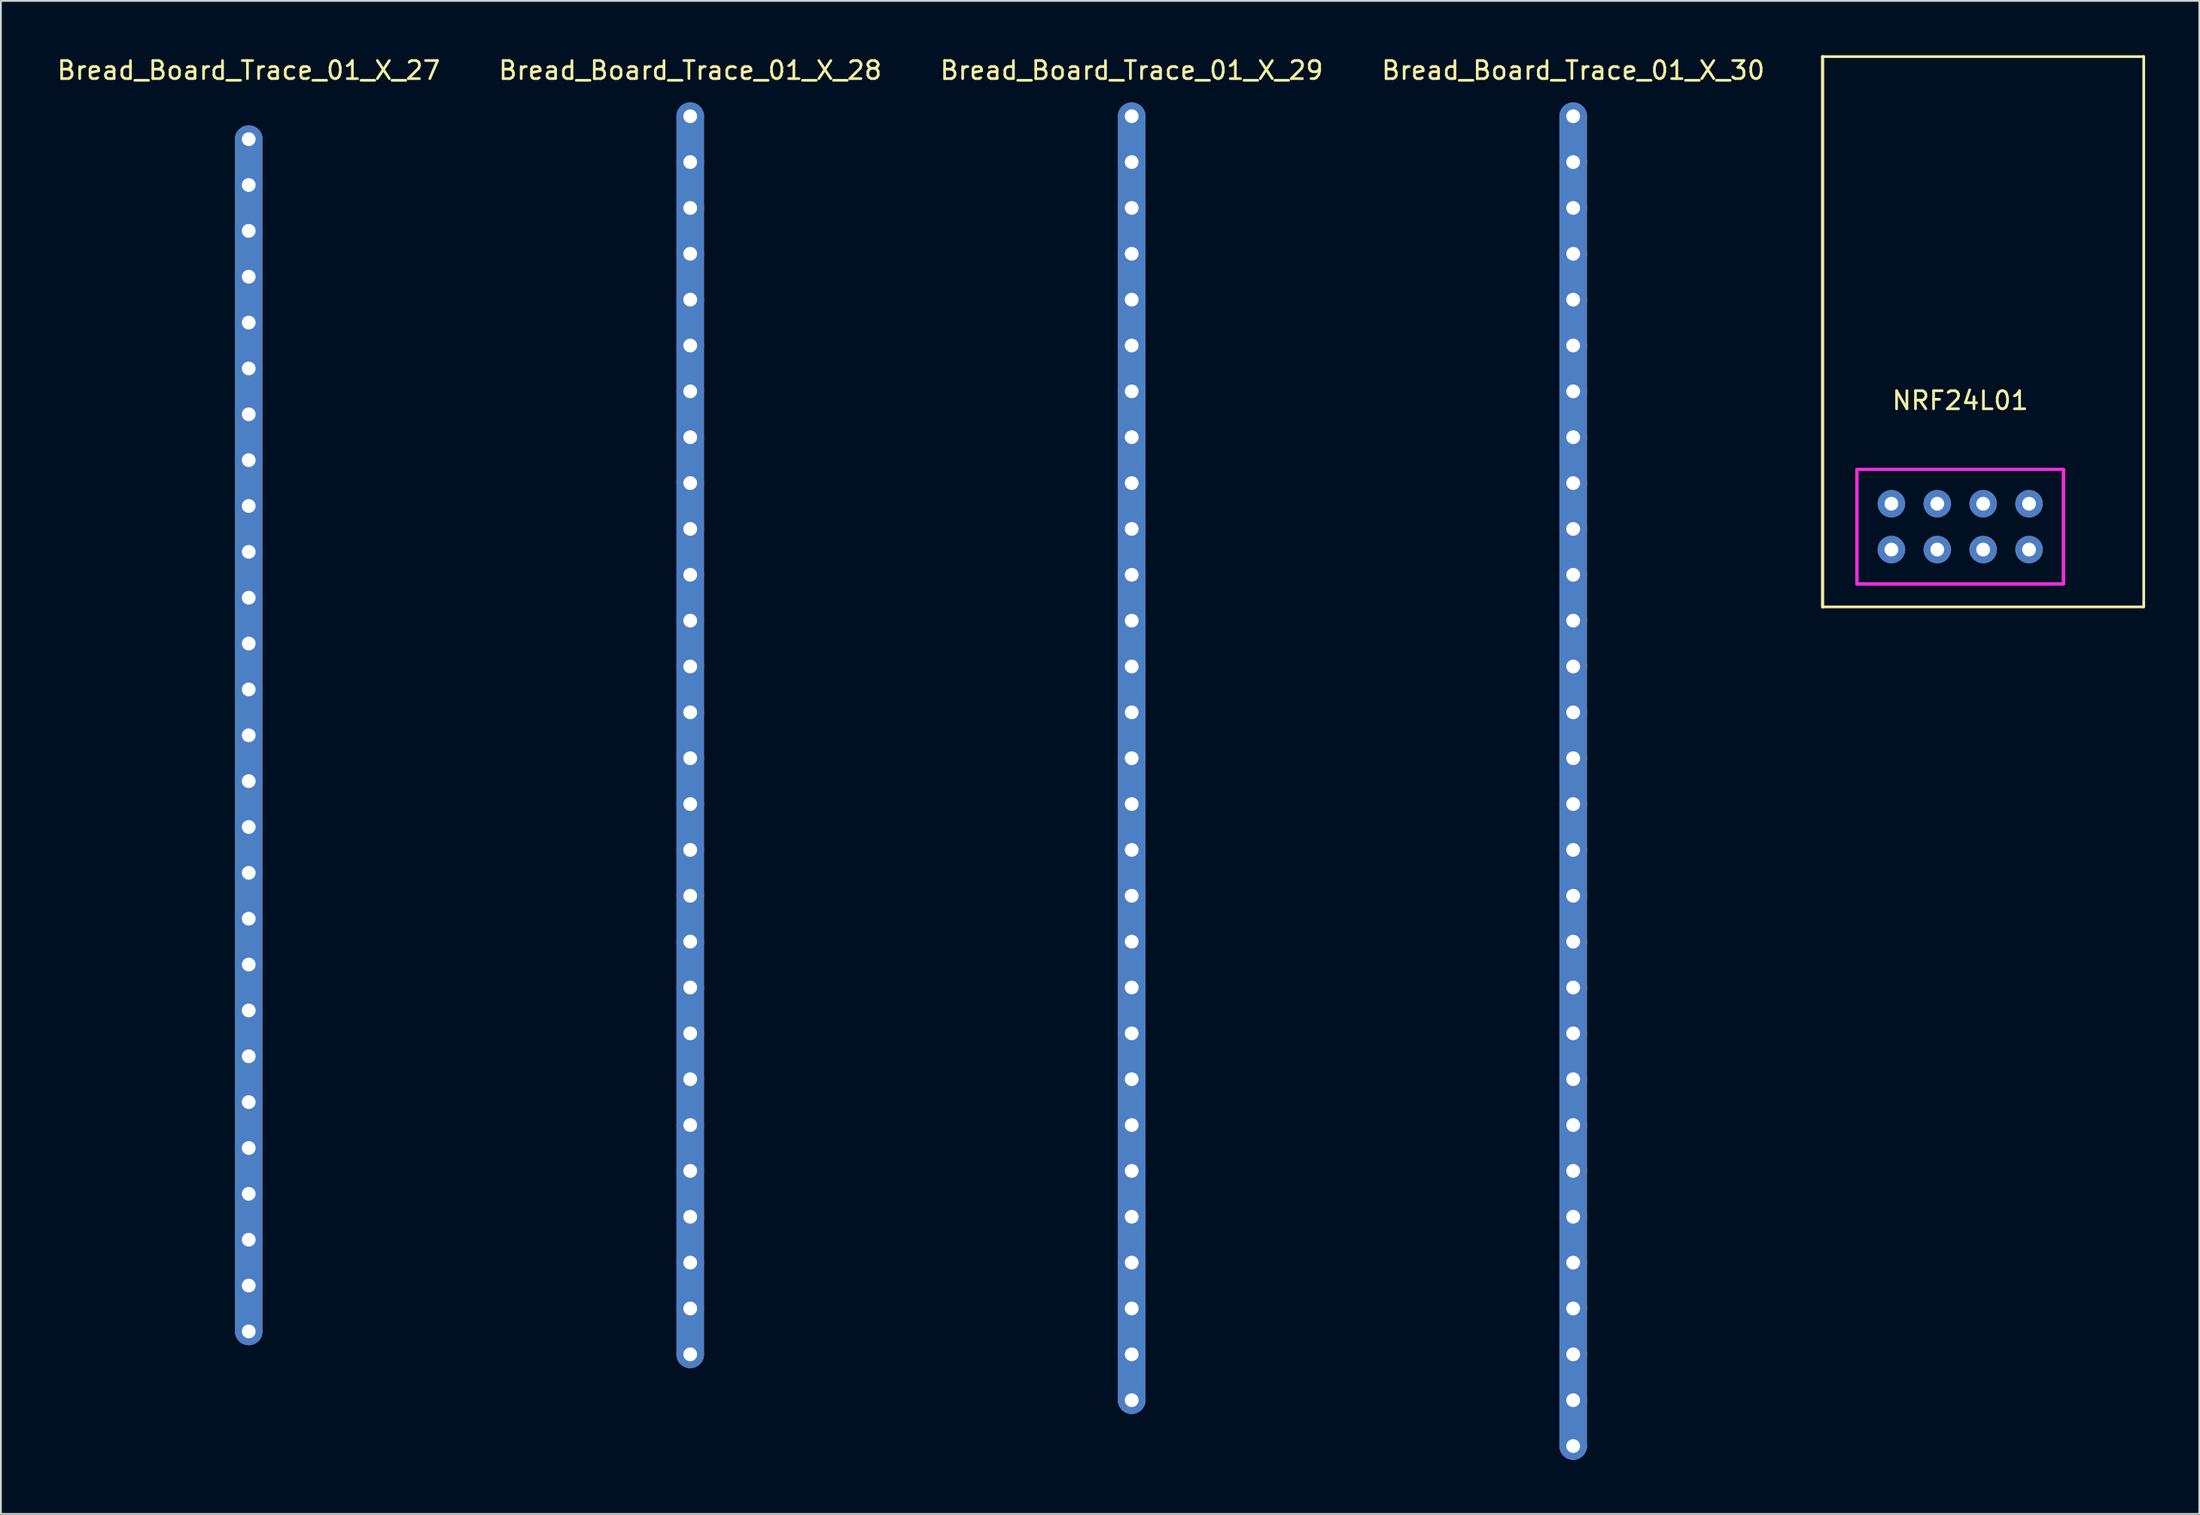
<source format=kicad_pcb>
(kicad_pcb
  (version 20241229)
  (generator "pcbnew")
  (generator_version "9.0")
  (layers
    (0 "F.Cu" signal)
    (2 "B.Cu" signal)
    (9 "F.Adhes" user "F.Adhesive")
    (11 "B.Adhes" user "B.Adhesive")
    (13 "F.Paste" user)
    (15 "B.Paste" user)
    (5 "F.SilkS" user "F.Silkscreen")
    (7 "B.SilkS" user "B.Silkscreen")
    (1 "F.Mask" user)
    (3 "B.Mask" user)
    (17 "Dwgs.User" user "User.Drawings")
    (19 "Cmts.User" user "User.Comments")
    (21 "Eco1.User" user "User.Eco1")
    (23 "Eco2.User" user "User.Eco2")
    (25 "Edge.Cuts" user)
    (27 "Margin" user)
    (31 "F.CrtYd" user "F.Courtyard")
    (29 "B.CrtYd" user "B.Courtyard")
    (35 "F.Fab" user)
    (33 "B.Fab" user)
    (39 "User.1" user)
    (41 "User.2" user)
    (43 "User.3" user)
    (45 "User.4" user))
  (footprint "Bread_Board_Trace_01_X_28"
    (layer "F.Cu")
    (at 35.161 71.968)
    (property "Reference" "Bread_Board_Trace_01_X_28" (at 0 -71.12 0) (layer "F.SilkS") (effects (font (size 1 1) (thickness 0.15))))
    (attr through_hole)
    (fp_line (start 0 -68.58) (end 0 0) (stroke (width 1.524) (type solid)) (layer "F.Cu"))
    (fp_line (start 0 -68.58) (end 0 0) (stroke (width 1.524) (type solid)) (layer "B.Cu"))
    (pad "1" thru_hole circle (at 0 -68.58) (size 1.524 1.524) (drill 0.762) (layers "*.Cu" "*.Mask"))
    (pad "2" thru_hole circle (at 0 -66.04) (size 1.524 1.524) (drill 0.762) (layers "*.Cu" "*.Mask"))
    (pad "3" thru_hole circle (at 0 -63.5) (size 1.524 1.524) (drill 0.762) (layers "*.Cu" "*.Mask"))
    (pad "4" thru_hole circle (at 0 -60.96) (size 1.524 1.524) (drill 0.762) (layers "*.Cu" "*.Mask"))
    (pad "5" thru_hole circle (at 0 -58.42) (size 1.524 1.524) (drill 0.762) (layers "*.Cu" "*.Mask"))
    (pad "6" thru_hole circle (at 0 -55.88) (size 1.524 1.524) (drill 0.762) (layers "*.Cu" "*.Mask"))
    (pad "7" thru_hole circle (at 0 -53.34) (size 1.524 1.524) (drill 0.762) (layers "*.Cu" "*.Mask"))
    (pad "8" thru_hole circle (at 0 -50.8) (size 1.524 1.524) (drill 0.762) (layers "*.Cu" "*.Mask"))
    (pad "9" thru_hole circle (at 0 -48.26) (size 1.524 1.524) (drill 0.762) (layers "*.Cu" "*.Mask"))
    (pad "10" thru_hole circle (at 0 -45.72) (size 1.524 1.524) (drill 0.762) (layers "*.Cu" "*.Mask"))
    (pad "11" thru_hole circle (at 0 -43.18) (size 1.524 1.524) (drill 0.762) (layers "*.Cu" "*.Mask"))
    (pad "12" thru_hole circle (at 0 -40.64) (size 1.524 1.524) (drill 0.762) (layers "*.Cu" "*.Mask"))
    (pad "13" thru_hole circle (at 0 -38.1) (size 1.524 1.524) (drill 0.762) (layers "*.Cu" "*.Mask"))
    (pad "14" thru_hole circle (at 0 -35.56) (size 1.524 1.524) (drill 0.762) (layers "*.Cu" "*.Mask"))
    (pad "15" thru_hole circle (at 0 -33.02) (size 1.524 1.524) (drill 0.762) (layers "*.Cu" "*.Mask"))
    (pad "16" thru_hole circle (at 0 -30.48) (size 1.524 1.524) (drill 0.762) (layers "*.Cu" "*.Mask"))
    (pad "17" thru_hole circle (at 0 -27.94) (size 1.524 1.524) (drill 0.762) (layers "*.Cu" "*.Mask"))
    (pad "18" thru_hole circle (at 0 -25.4) (size 1.524 1.524) (drill 0.762) (layers "*.Cu" "*.Mask"))
    (pad "19" thru_hole circle (at 0 -22.86) (size 1.524 1.524) (drill 0.762) (layers "*.Cu" "*.Mask"))
    (pad "20" thru_hole circle (at 0 -20.32) (size 1.524 1.524) (drill 0.762) (layers "*.Cu" "*.Mask"))
    (pad "21" thru_hole circle (at 0 -17.78) (size 1.524 1.524) (drill 0.762) (layers "*.Cu" "*.Mask"))
    (pad "22" thru_hole circle (at 0 -15.24) (size 1.524 1.524) (drill 0.762) (layers "*.Cu" "*.Mask"))
    (pad "23" thru_hole circle (at 0 -12.7) (size 1.524 1.524) (drill 0.762) (layers "*.Cu" "*.Mask"))
    (pad "24" thru_hole circle (at 0 -10.16) (size 1.524 1.524) (drill 0.762) (layers "*.Cu" "*.Mask"))
    (pad "25" thru_hole circle (at 0 -7.62) (size 1.524 1.524) (drill 0.762) (layers "*.Cu" "*.Mask"))
    (pad "26" thru_hole circle (at 0 -5.08) (size 1.524 1.524) (drill 0.762) (layers "*.Cu" "*.Mask"))
    (pad "27" thru_hole circle (at 0 -2.54) (size 1.524 1.524) (drill 0.762) (layers "*.Cu" "*.Mask"))
    (pad "28" thru_hole circle (at 0 0) (size 1.524 1.524) (drill 0.762) (layers "*.Cu" "*.Mask")))
  (footprint "Bread_Board_Trace_01_X_30"
    (layer "F.Cu")
    (at 84.042 77.048)
    (property "Reference" "Bread_Board_Trace_01_X_30" (at 0 -76.2 0) (layer "F.SilkS") (effects (font (size 1 1) (thickness 0.15))))
    (attr through_hole)
    (fp_line (start 0 -73.66) (end 0 0) (stroke (width 1.524) (type solid)) (layer "F.Cu"))
    (fp_line (start 0 -73.66) (end 0 0) (stroke (width 1.524) (type solid)) (layer "B.Cu"))
    (pad "1" thru_hole circle (at 0 -73.66) (size 1.524 1.524) (drill 0.762) (layers "*.Cu" "*.Mask"))
    (pad "2" thru_hole circle (at 0 -71.12) (size 1.524 1.524) (drill 0.762) (layers "*.Cu" "*.Mask"))
    (pad "3" thru_hole circle (at 0 -68.58) (size 1.524 1.524) (drill 0.762) (layers "*.Cu" "*.Mask"))
    (pad "4" thru_hole circle (at 0 -66.04) (size 1.524 1.524) (drill 0.762) (layers "*.Cu" "*.Mask"))
    (pad "5" thru_hole circle (at 0 -63.5) (size 1.524 1.524) (drill 0.762) (layers "*.Cu" "*.Mask"))
    (pad "6" thru_hole circle (at 0 -60.96) (size 1.524 1.524) (drill 0.762) (layers "*.Cu" "*.Mask"))
    (pad "7" thru_hole circle (at 0 -58.42) (size 1.524 1.524) (drill 0.762) (layers "*.Cu" "*.Mask"))
    (pad "8" thru_hole circle (at 0 -55.88) (size 1.524 1.524) (drill 0.762) (layers "*.Cu" "*.Mask"))
    (pad "9" thru_hole circle (at 0 -53.34) (size 1.524 1.524) (drill 0.762) (layers "*.Cu" "*.Mask"))
    (pad "10" thru_hole circle (at 0 -50.8) (size 1.524 1.524) (drill 0.762) (layers "*.Cu" "*.Mask"))
    (pad "11" thru_hole circle (at 0 -48.26) (size 1.524 1.524) (drill 0.762) (layers "*.Cu" "*.Mask"))
    (pad "12" thru_hole circle (at 0 -45.72) (size 1.524 1.524) (drill 0.762) (layers "*.Cu" "*.Mask"))
    (pad "13" thru_hole circle (at 0 -43.18) (size 1.524 1.524) (drill 0.762) (layers "*.Cu" "*.Mask"))
    (pad "14" thru_hole circle (at 0 -40.64) (size 1.524 1.524) (drill 0.762) (layers "*.Cu" "*.Mask"))
    (pad "15" thru_hole circle (at 0 -38.1) (size 1.524 1.524) (drill 0.762) (layers "*.Cu" "*.Mask"))
    (pad "16" thru_hole circle (at 0 -35.56) (size 1.524 1.524) (drill 0.762) (layers "*.Cu" "*.Mask"))
    (pad "17" thru_hole circle (at 0 -33.02) (size 1.524 1.524) (drill 0.762) (layers "*.Cu" "*.Mask"))
    (pad "18" thru_hole circle (at 0 -30.48) (size 1.524 1.524) (drill 0.762) (layers "*.Cu" "*.Mask"))
    (pad "19" thru_hole circle (at 0 -27.94) (size 1.524 1.524) (drill 0.762) (layers "*.Cu" "*.Mask"))
    (pad "20" thru_hole circle (at 0 -25.4) (size 1.524 1.524) (drill 0.762) (layers "*.Cu" "*.Mask"))
    (pad "21" thru_hole circle (at 0 -22.86) (size 1.524 1.524) (drill 0.762) (layers "*.Cu" "*.Mask"))
    (pad "22" thru_hole circle (at 0 -20.32) (size 1.524 1.524) (drill 0.762) (layers "*.Cu" "*.Mask"))
    (pad "23" thru_hole circle (at 0 -17.78) (size 1.524 1.524) (drill 0.762) (layers "*.Cu" "*.Mask"))
    (pad "24" thru_hole circle (at 0 -15.24) (size 1.524 1.524) (drill 0.762) (layers "*.Cu" "*.Mask"))
    (pad "25" thru_hole circle (at 0 -12.7) (size 1.524 1.524) (drill 0.762) (layers "*.Cu" "*.Mask"))
    (pad "26" thru_hole circle (at 0 -10.16) (size 1.524 1.524) (drill 0.762) (layers "*.Cu" "*.Mask"))
    (pad "27" thru_hole circle (at 0 -7.62) (size 1.524 1.524) (drill 0.762) (layers "*.Cu" "*.Mask"))
    (pad "28" thru_hole circle (at 0 -5.08) (size 1.524 1.524) (drill 0.762) (layers "*.Cu" "*.Mask"))
    (pad "29" thru_hole circle (at 0 -2.54) (size 1.524 1.524) (drill 0.762) (layers "*.Cu" "*.Mask"))
    (pad "30" thru_hole circle (at 0 0) (size 1.524 1.524) (drill 0.762) (layers "*.Cu" "*.Mask")))
  (footprint "Bread_Board_Trace_01_X_29"
    (layer "F.Cu")
    (at 59.601 36.408)
    (property "Reference" "Bread_Board_Trace_01_X_29" (at 0 -35.56 0) (layer "F.SilkS") (effects (font (size 1 1) (thickness 0.15))))
    (attr through_hole)
    (fp_line (start 0 -33.02) (end 0 38.1) (stroke (width 1.524) (type solid)) (layer "F.Cu"))
    (fp_line (start 0 -33.02) (end 0 38.1) (stroke (width 1.524) (type solid)) (layer "B.Cu"))
    (pad "1" thru_hole circle (at 0 -33.02) (size 1.524 1.524) (drill 0.762) (layers "*.Cu" "*.Mask"))
    (pad "2" thru_hole circle (at 0 -30.48) (size 1.524 1.524) (drill 0.762) (layers "*.Cu" "*.Mask"))
    (pad "3" thru_hole circle (at 0 -27.94) (size 1.524 1.524) (drill 0.762) (layers "*.Cu" "*.Mask"))
    (pad "4" thru_hole circle (at 0 -25.4) (size 1.524 1.524) (drill 0.762) (layers "*.Cu" "*.Mask"))
    (pad "5" thru_hole circle (at 0 -22.86) (size 1.524 1.524) (drill 0.762) (layers "*.Cu" "*.Mask"))
    (pad "6" thru_hole circle (at 0 -20.32) (size 1.524 1.524) (drill 0.762) (layers "*.Cu" "*.Mask"))
    (pad "7" thru_hole circle (at 0 -17.78) (size 1.524 1.524) (drill 0.762) (layers "*.Cu" "*.Mask"))
    (pad "8" thru_hole circle (at 0 -15.24) (size 1.524 1.524) (drill 0.762) (layers "*.Cu" "*.Mask"))
    (pad "9" thru_hole circle (at 0 -12.7) (size 1.524 1.524) (drill 0.762) (layers "*.Cu" "*.Mask"))
    (pad "10" thru_hole circle (at 0 -10.16) (size 1.524 1.524) (drill 0.762) (layers "*.Cu" "*.Mask"))
    (pad "11" thru_hole circle (at 0 -7.62) (size 1.524 1.524) (drill 0.762) (layers "*.Cu" "*.Mask"))
    (pad "12" thru_hole circle (at 0 -5.08) (size 1.524 1.524) (drill 0.762) (layers "*.Cu" "*.Mask"))
    (pad "13" thru_hole circle (at 0 -2.54) (size 1.524 1.524) (drill 0.762) (layers "*.Cu" "*.Mask"))
    (pad "14" thru_hole circle (at 0 0) (size 1.524 1.524) (drill 0.762) (layers "*.Cu" "*.Mask"))
    (pad "15" thru_hole circle (at 0 2.54) (size 1.524 1.524) (drill 0.762) (layers "*.Cu" "*.Mask"))
    (pad "16" thru_hole circle (at 0 5.08) (size 1.524 1.524) (drill 0.762) (layers "*.Cu" "*.Mask"))
    (pad "17" thru_hole circle (at 0 7.62) (size 1.524 1.524) (drill 0.762) (layers "*.Cu" "*.Mask"))
    (pad "18" thru_hole circle (at 0 10.16) (size 1.524 1.524) (drill 0.762) (layers "*.Cu" "*.Mask"))
    (pad "19" thru_hole circle (at 0 12.7) (size 1.524 1.524) (drill 0.762) (layers "*.Cu" "*.Mask"))
    (pad "20" thru_hole circle (at 0 15.24) (size 1.524 1.524) (drill 0.762) (layers "*.Cu" "*.Mask"))
    (pad "21" thru_hole circle (at 0 17.78) (size 1.524 1.524) (drill 0.762) (layers "*.Cu" "*.Mask"))
    (pad "22" thru_hole circle (at 0 20.32) (size 1.524 1.524) (drill 0.762) (layers "*.Cu" "*.Mask"))
    (pad "23" thru_hole circle (at 0 22.86) (size 1.524 1.524) (drill 0.762) (layers "*.Cu" "*.Mask"))
    (pad "24" thru_hole circle (at 0 25.4) (size 1.524 1.524) (drill 0.762) (layers "*.Cu" "*.Mask"))
    (pad "25" thru_hole circle (at 0 27.94) (size 1.524 1.524) (drill 0.762) (layers "*.Cu" "*.Mask"))
    (pad "26" thru_hole circle (at 0 30.48) (size 1.524 1.524) (drill 0.762) (layers "*.Cu" "*.Mask"))
    (pad "27" thru_hole circle (at 0 33.02) (size 1.524 1.524) (drill 0.762) (layers "*.Cu" "*.Mask"))
    (pad "28" thru_hole circle (at 0 35.56) (size 1.524 1.524) (drill 0.762) (layers "*.Cu" "*.Mask"))
    (pad "29" thru_hole circle (at 0 38.1) (size 1.524 1.524) (drill 0.762) (layers "*.Cu" "*.Mask")))
  (footprint "Bread_Board_Trace_01_X_27"
    (layer "F.Cu")
    (at 10.72 70.698)
    (property "Reference" "Bread_Board_Trace_01_X_27" (at 0 -69.85 0) (layer "F.SilkS") (effects (font (size 1 1) (thickness 0.15))))
    (attr through_hole)
    (fp_line (start 0 -66.04) (end 0 0) (stroke (width 1.524) (type solid)) (layer "F.Cu"))
    (fp_line (start 0 -66.04) (end 0 0) (stroke (width 1.524) (type solid)) (layer "B.Cu"))
    (pad "1" thru_hole circle (at 0 -66.04) (size 1.524 1.524) (drill 0.762) (layers "*.Cu" "*.Mask"))
    (pad "2" thru_hole circle (at 0 -63.5) (size 1.524 1.524) (drill 0.762) (layers "*.Cu" "*.Mask"))
    (pad "3" thru_hole circle (at 0 -60.96) (size 1.524 1.524) (drill 0.762) (layers "*.Cu" "*.Mask"))
    (pad "4" thru_hole circle (at 0 -58.42) (size 1.524 1.524) (drill 0.762) (layers "*.Cu" "*.Mask"))
    (pad "5" thru_hole circle (at 0 -55.88) (size 1.524 1.524) (drill 0.762) (layers "*.Cu" "*.Mask"))
    (pad "6" thru_hole circle (at 0 -53.34) (size 1.524 1.524) (drill 0.762) (layers "*.Cu" "*.Mask"))
    (pad "7" thru_hole circle (at 0 -50.8) (size 1.524 1.524) (drill 0.762) (layers "*.Cu" "*.Mask"))
    (pad "8" thru_hole circle (at 0 -48.26) (size 1.524 1.524) (drill 0.762) (layers "*.Cu" "*.Mask"))
    (pad "9" thru_hole circle (at 0 -45.72) (size 1.524 1.524) (drill 0.762) (layers "*.Cu" "*.Mask"))
    (pad "10" thru_hole circle (at 0 -43.18) (size 1.524 1.524) (drill 0.762) (layers "*.Cu" "*.Mask"))
    (pad "11" thru_hole circle (at 0 -40.64) (size 1.524 1.524) (drill 0.762) (layers "*.Cu" "*.Mask"))
    (pad "12" thru_hole circle (at 0 -38.1) (size 1.524 1.524) (drill 0.762) (layers "*.Cu" "*.Mask"))
    (pad "13" thru_hole circle (at 0 -35.56) (size 1.524 1.524) (drill 0.762) (layers "*.Cu" "*.Mask"))
    (pad "14" thru_hole circle (at 0 -33.02) (size 1.524 1.524) (drill 0.762) (layers "*.Cu" "*.Mask"))
    (pad "15" thru_hole circle (at 0 -30.48) (size 1.524 1.524) (drill 0.762) (layers "*.Cu" "*.Mask"))
    (pad "16" thru_hole circle (at 0 -27.94) (size 1.524 1.524) (drill 0.762) (layers "*.Cu" "*.Mask"))
    (pad "17" thru_hole circle (at 0 -25.4) (size 1.524 1.524) (drill 0.762) (layers "*.Cu" "*.Mask"))
    (pad "18" thru_hole circle (at 0 -22.86) (size 1.524 1.524) (drill 0.762) (layers "*.Cu" "*.Mask"))
    (pad "19" thru_hole circle (at 0 -20.32) (size 1.524 1.524) (drill 0.762) (layers "*.Cu" "*.Mask"))
    (pad "20" thru_hole circle (at 0 -17.78) (size 1.524 1.524) (drill 0.762) (layers "*.Cu" "*.Mask"))
    (pad "21" thru_hole circle (at 0 -15.24) (size 1.524 1.524) (drill 0.762) (layers "*.Cu" "*.Mask"))
    (pad "22" thru_hole circle (at 0 -12.7) (size 1.524 1.524) (drill 0.762) (layers "*.Cu" "*.Mask"))
    (pad "23" thru_hole circle (at 0 -10.16) (size 1.524 1.524) (drill 0.762) (layers "*.Cu" "*.Mask"))
    (pad "24" thru_hole circle (at 0 -7.62) (size 1.524 1.524) (drill 0.762) (layers "*.Cu" "*.Mask"))
    (pad "25" thru_hole circle (at 0 -5.08) (size 1.524 1.524) (drill 0.762) (layers "*.Cu" "*.Mask"))
    (pad "26" thru_hole circle (at 0 -2.54) (size 1.524 1.524) (drill 0.762) (layers "*.Cu" "*.Mask"))
    (pad "27" thru_hole circle (at 0 0) (size 1.524 1.524) (drill 0.762) (layers "*.Cu" "*.Mask")))
  (footprint "NRF24L01"
    (layer "F.Cu")
    (at 105.469 26.122)
    (property "Reference" "NRF24L01" (at 0 -6.985 0) (layer "F.SilkS") (effects (font (size 1 1) (thickness 0.15))))
    (attr through_hole)
    (fp_line (start -7.62 -26.035) (end -7.62 4.445) (stroke (width 0.175) (type solid)) (layer "F.SilkS"))
    (fp_line (start -7.62 -26.035) (end 10.16 -26.035) (stroke (width 0.15) (type solid)) (layer "F.SilkS"))
    (fp_line (start -7.62 4.445) (end 10.16 4.445) (stroke (width 0.15) (type solid)) (layer "F.SilkS"))
    (fp_line (start -5.715 -3.175) (end -5.715 3.175) (stroke (width 0.15) (type solid)) (layer "F.SilkS"))
    (fp_line (start -5.715 3.175) (end 5.715 3.175) (stroke (width 0.15) (type solid)) (layer "F.SilkS"))
    (fp_line (start 5.715 -3.175) (end -5.715 -3.175) (stroke (width 0.15) (type solid)) (layer "F.SilkS"))
    (fp_line (start 5.715 3.175) (end 5.715 -3.175) (stroke (width 0.15) (type solid)) (layer "F.SilkS"))
    (fp_line (start 10.16 -26.035) (end 10.16 4.445) (stroke (width 0.15) (type solid)) (layer "F.SilkS"))
    (fp_line (start -5.715 -3.175) (end -5.715 3.175) (stroke (width 0.175) (type solid)) (layer "F.CrtYd"))
    (fp_line (start -5.715 3.175) (end 5.715 3.175) (stroke (width 0.175) (type solid)) (layer "F.CrtYd"))
    (fp_line (start 5.715 -3.175) (end -5.715 -3.175) (stroke (width 0.175) (type solid)) (layer "F.CrtYd"))
    (fp_line (start 5.715 3.175) (end 5.715 -3.175) (stroke (width 0.175) (type solid)) (layer "F.CrtYd"))
    (pad "1" thru_hole circle (at -3.81 -1.27) (size 1.524 1.524) (drill 0.762) (layers "*.Cu" "*.Mask"))
    (pad "2" thru_hole circle (at -1.27 -1.27) (size 1.524 1.524) (drill 0.762) (layers "*.Cu" "*.Mask"))
    (pad "3" thru_hole circle (at 1.27 -1.27) (size 1.524 1.524) (drill 0.762) (layers "*.Cu" "*.Mask"))
    (pad "4" thru_hole circle (at 3.81 -1.27) (size 1.524 1.524) (drill 0.762) (layers "*.Cu" "*.Mask"))
    (pad "5" thru_hole circle (at -3.81 1.27) (size 1.524 1.524) (drill 0.762) (layers "*.Cu" "*.Mask"))
    (pad "6" thru_hole circle (at -1.27 1.27) (size 1.524 1.524) (drill 0.762) (layers "*.Cu" "*.Mask"))
    (pad "7" thru_hole circle (at 1.27 1.27) (size 1.524 1.524) (drill 0.762) (layers "*.Cu" "*.Mask"))
    (pad "8" thru_hole circle (at 3.81 1.27) (size 1.524 1.524) (drill 0.762) (layers "*.Cu" "*.Mask")))
  (gr_rect
    (start -3 -3)
    (end 118.704 80.81)
    (stroke (width 0.1) (type default))
    (fill no)
    (layer "Edge.Cuts")))
</source>
